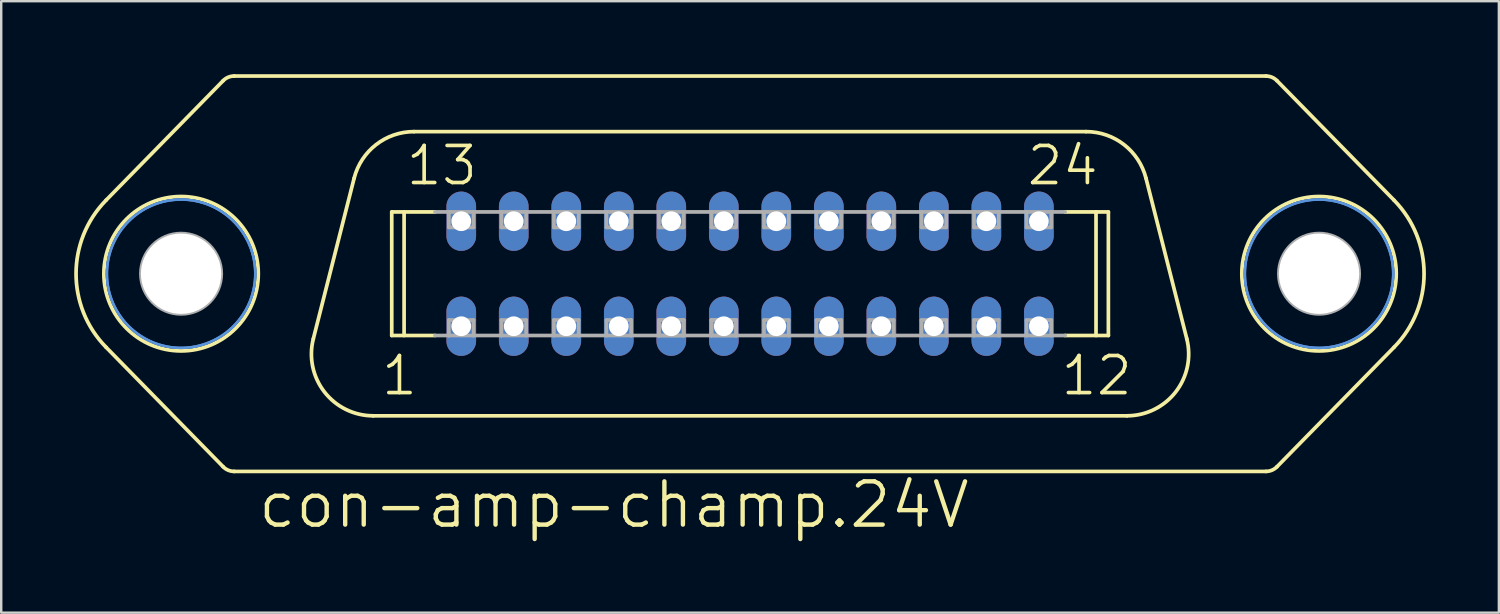
<source format=kicad_pcb>
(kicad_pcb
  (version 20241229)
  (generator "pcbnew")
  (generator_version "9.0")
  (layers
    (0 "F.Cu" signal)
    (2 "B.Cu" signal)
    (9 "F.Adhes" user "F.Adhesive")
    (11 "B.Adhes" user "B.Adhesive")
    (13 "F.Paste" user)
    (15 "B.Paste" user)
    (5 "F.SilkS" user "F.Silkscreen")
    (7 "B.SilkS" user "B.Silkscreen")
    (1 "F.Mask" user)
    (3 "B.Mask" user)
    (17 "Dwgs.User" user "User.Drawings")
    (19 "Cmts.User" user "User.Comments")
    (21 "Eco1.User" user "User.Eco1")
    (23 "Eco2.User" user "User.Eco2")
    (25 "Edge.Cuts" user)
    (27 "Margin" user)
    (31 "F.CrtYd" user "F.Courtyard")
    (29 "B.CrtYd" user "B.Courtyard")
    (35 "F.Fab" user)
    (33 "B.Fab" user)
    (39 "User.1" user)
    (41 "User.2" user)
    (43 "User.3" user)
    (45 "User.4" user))
  (footprint "con-amp-champ.24V"
    (layer "F.Cu")
    (at 27.788 8.204)
    (property "Reference" "con-amp-champ.24V" (at -20.32 10.541 0) (layer "F.SilkS") (effects (font (size 1.778 1.778) (thickness 0.18)) (justify left bottom)))
    (attr through_hole)
    (fp_line (start -21.663 -7.937) (end -26.478 -3.022) (stroke (width 0.152) (type default)) (layer "F.SilkS"))
    (fp_line (start -21.663 7.937) (end -26.478 3.022) (stroke (width 0.152) (type default)) (layer "F.SilkS"))
    (fp_line (start -21.209 -8.128) (end 21.209 -8.128) (stroke (width 0.152) (type default)) (layer "F.SilkS"))
    (fp_line (start -21.209 8.128) (end 21.209 8.128) (stroke (width 0.152) (type default)) (layer "F.SilkS"))
    (fp_line (start -16.278 -3.928) (end -17.956 2.676) (stroke (width 0.152) (type default)) (layer "F.SilkS"))
    (fp_line (start -15.494 5.842) (end 15.494 5.842) (stroke (width 0.152) (type default)) (layer "F.SilkS"))
    (fp_line (start -14.732 -2.54) (end -12.952 -2.54) (stroke (width 0.152) (type default)) (layer "F.SilkS"))
    (fp_line (start -14.732 2.54) (end -14.732 -2.54) (stroke (width 0.152) (type default)) (layer "F.SilkS"))
    (fp_line (start -14.732 2.54) (end -12.952 2.54) (stroke (width 0.152) (type default)) (layer "F.SilkS"))
    (fp_line (start -14.224 2.54) (end -14.224 -2.54) (stroke (width 0.152) (type default)) (layer "F.SilkS"))
    (fp_line (start -13.816 -5.842) (end 13.816 -5.842) (stroke (width 0.152) (type default)) (layer "F.SilkS"))
    (fp_line (start 12.952 -2.54) (end 14.732 -2.54) (stroke (width 0.152) (type default)) (layer "F.SilkS"))
    (fp_line (start 12.952 2.54) (end 14.732 2.54) (stroke (width 0.152) (type default)) (layer "F.SilkS"))
    (fp_line (start 14.224 2.54) (end 14.224 -2.54) (stroke (width 0.152) (type default)) (layer "F.SilkS"))
    (fp_line (start 14.732 2.54) (end 14.732 -2.54) (stroke (width 0.152) (type default)) (layer "F.SilkS"))
    (fp_line (start 16.278 -3.928) (end 17.956 2.676) (stroke (width 0.152) (type default)) (layer "F.SilkS"))
    (fp_line (start 21.663 -7.937) (end 26.478 -3.022) (stroke (width 0.152) (type default)) (layer "F.SilkS"))
    (fp_line (start 21.663 7.937) (end 26.478 3.022) (stroke (width 0.152) (type default)) (layer "F.SilkS"))
    (fp_arc (start -26.478 3.022) (mid -27.711365 0.0004) (end -26.478 -3.0212) (stroke (width 0.1524) (type default)) (layer "F.SilkS"))
    (fp_arc (start -21.663 -7.937) (mid -21.45541 -8.078018) (end -21.2094 -8.1276) (stroke (width 0.1524) (type default)) (layer "F.SilkS"))
    (fp_arc (start -21.2094 8.1276) (mid -21.45541 8.078018) (end -21.663 7.937) (stroke (width 0.1524) (type default)) (layer "F.SilkS"))
    (fp_arc (start -16.278 -3.928) (mid -15.375488 -5.307486) (end -13.8162 -5.8424) (stroke (width 0.1524) (type default)) (layer "F.SilkS"))
    (fp_arc (start -15.4942 5.8416) (mid -17.499286 4.860863) (end -17.956 2.676) (stroke (width 0.1524) (type default)) (layer "F.SilkS"))
    (fp_arc (start 13.816 -5.842) (mid 15.375288 -5.307086) (end 16.2778 -3.9276) (stroke (width 0.1524) (type default)) (layer "F.SilkS"))
    (fp_arc (start 17.956 2.676) (mid 17.499286 4.860863) (end 15.4942 5.8416) (stroke (width 0.1524) (type default)) (layer "F.SilkS"))
    (fp_arc (start 21.2094 -8.1276) (mid 21.45541 -8.078018) (end 21.663 -7.937) (stroke (width 0.1524) (type default)) (layer "F.SilkS"))
    (fp_arc (start 21.663 7.937) (mid 21.45541 8.078018) (end 21.2094 8.1276) (stroke (width 0.1524) (type default)) (layer "F.SilkS"))
    (fp_arc (start 26.478 -3.0212) (mid 27.711365 0.0004) (end 26.478 3.022) (stroke (width 0.1524) (type default)) (layer "F.SilkS"))
    (fp_circle (center -23.393 0) (end -20.218 0) (stroke (width 0.152) (type default)) (fill no) (layer "F.SilkS"))
    (fp_circle (center 23.393 0) (end 26.568 0) (stroke (width 0.152) (type default)) (fill no) (layer "F.SilkS"))
    (fp_circle (center -23.393 0) (end -20.345 0) (stroke (width 0.1) (type default)) (fill no) (layer "Cmts.User"))
    (fp_circle (center -23.393 0) (end -20.345 0) (stroke (width 0.1) (type default)) (fill no) (layer "Cmts.User"))
    (fp_circle (center 23.393 0) (end 26.441 0) (stroke (width 0.1) (type default)) (fill no) (layer "Cmts.User"))
    (fp_circle (center 23.393 0) (end 26.441 0) (stroke (width 0.1) (type default)) (fill no) (layer "Cmts.User"))
    (fp_line (start -12.952 -2.54) (end -12.383 -2.54) (stroke (width 0.152) (type default)) (layer "F.Fab"))
    (fp_line (start -12.952 2.54) (end -12.383 2.54) (stroke (width 0.152) (type default)) (layer "F.Fab"))
    (fp_line (start -12.383 -2.54) (end -11.367 -2.54) (stroke (width 0.152) (type default)) (layer "F.Fab"))
    (fp_line (start -12.383 -1.905) (end -12.383 -2.54) (stroke (width 0.152) (type default)) (layer "F.Fab"))
    (fp_line (start -12.383 1.905) (end -11.367 1.905) (stroke (width 0.152) (type default)) (layer "F.Fab"))
    (fp_line (start -12.383 2.54) (end -12.383 1.905) (stroke (width 0.152) (type default)) (layer "F.Fab"))
    (fp_line (start -11.367 -2.54) (end -11.367 -1.905) (stroke (width 0.152) (type default)) (layer "F.Fab"))
    (fp_line (start -11.367 -2.54) (end -10.223 -2.54) (stroke (width 0.152) (type default)) (layer "F.Fab"))
    (fp_line (start -11.367 -1.905) (end -12.383 -1.905) (stroke (width 0.152) (type default)) (layer "F.Fab"))
    (fp_line (start -11.367 1.905) (end -11.367 2.54) (stroke (width 0.152) (type default)) (layer "F.Fab"))
    (fp_line (start -11.367 2.54) (end -12.383 2.54) (stroke (width 0.152) (type default)) (layer "F.Fab"))
    (fp_line (start -11.367 2.54) (end -10.223 2.54) (stroke (width 0.152) (type default)) (layer "F.Fab"))
    (fp_line (start -10.223 -2.54) (end -9.207 -2.54) (stroke (width 0.152) (type default)) (layer "F.Fab"))
    (fp_line (start -10.223 -1.905) (end -10.223 -2.54) (stroke (width 0.152) (type default)) (layer "F.Fab"))
    (fp_line (start -10.223 1.905) (end -9.207 1.905) (stroke (width 0.152) (type default)) (layer "F.Fab"))
    (fp_line (start -10.223 2.54) (end -10.223 1.905) (stroke (width 0.152) (type default)) (layer "F.Fab"))
    (fp_line (start -9.207 -2.54) (end -9.207 -1.905) (stroke (width 0.152) (type default)) (layer "F.Fab"))
    (fp_line (start -9.207 -2.54) (end -8.065 -2.54) (stroke (width 0.152) (type default)) (layer "F.Fab"))
    (fp_line (start -9.207 -1.905) (end -10.223 -1.905) (stroke (width 0.152) (type default)) (layer "F.Fab"))
    (fp_line (start -9.207 1.905) (end -9.207 2.54) (stroke (width 0.152) (type default)) (layer "F.Fab"))
    (fp_line (start -9.207 2.54) (end -10.223 2.54) (stroke (width 0.152) (type default)) (layer "F.Fab"))
    (fp_line (start -9.207 2.54) (end -8.065 2.54) (stroke (width 0.152) (type default)) (layer "F.Fab"))
    (fp_line (start -8.065 -2.54) (end -7.048 -2.54) (stroke (width 0.152) (type default)) (layer "F.Fab"))
    (fp_line (start -8.065 -1.905) (end -8.065 -2.54) (stroke (width 0.152) (type default)) (layer "F.Fab"))
    (fp_line (start -8.065 1.905) (end -7.048 1.905) (stroke (width 0.152) (type default)) (layer "F.Fab"))
    (fp_line (start -8.065 2.54) (end -8.065 1.905) (stroke (width 0.152) (type default)) (layer "F.Fab"))
    (fp_line (start -7.048 -2.54) (end -7.048 -1.905) (stroke (width 0.152) (type default)) (layer "F.Fab"))
    (fp_line (start -7.048 -2.54) (end -5.905 -2.54) (stroke (width 0.152) (type default)) (layer "F.Fab"))
    (fp_line (start -7.048 -1.905) (end -8.065 -1.905) (stroke (width 0.152) (type default)) (layer "F.Fab"))
    (fp_line (start -7.048 1.905) (end -7.048 2.54) (stroke (width 0.152) (type default)) (layer "F.Fab"))
    (fp_line (start -7.048 2.54) (end -8.065 2.54) (stroke (width 0.152) (type default)) (layer "F.Fab"))
    (fp_line (start -7.048 2.54) (end -5.905 2.54) (stroke (width 0.152) (type default)) (layer "F.Fab"))
    (fp_line (start -5.905 -2.54) (end -4.889 -2.54) (stroke (width 0.152) (type default)) (layer "F.Fab"))
    (fp_line (start -5.905 -1.905) (end -5.905 -2.54) (stroke (width 0.152) (type default)) (layer "F.Fab"))
    (fp_line (start -5.905 1.905) (end -4.889 1.905) (stroke (width 0.152) (type default)) (layer "F.Fab"))
    (fp_line (start -5.905 2.54) (end -5.905 1.905) (stroke (width 0.152) (type default)) (layer "F.Fab"))
    (fp_line (start -4.889 -2.54) (end -4.889 -1.905) (stroke (width 0.152) (type default)) (layer "F.Fab"))
    (fp_line (start -4.889 -2.54) (end -3.747 -2.54) (stroke (width 0.152) (type default)) (layer "F.Fab"))
    (fp_line (start -4.889 -1.905) (end -5.905 -1.905) (stroke (width 0.152) (type default)) (layer "F.Fab"))
    (fp_line (start -4.889 1.905) (end -4.889 2.54) (stroke (width 0.152) (type default)) (layer "F.Fab"))
    (fp_line (start -4.889 2.54) (end -5.905 2.54) (stroke (width 0.152) (type default)) (layer "F.Fab"))
    (fp_line (start -4.889 2.54) (end -3.747 2.54) (stroke (width 0.152) (type default)) (layer "F.Fab"))
    (fp_line (start -3.747 -2.54) (end -2.731 -2.54) (stroke (width 0.152) (type default)) (layer "F.Fab"))
    (fp_line (start -3.747 -1.905) (end -3.747 -2.54) (stroke (width 0.152) (type default)) (layer "F.Fab"))
    (fp_line (start -3.747 1.905) (end -2.731 1.905) (stroke (width 0.152) (type default)) (layer "F.Fab"))
    (fp_line (start -3.747 1.905) (end -2.731 1.905) (stroke (width 0.152) (type default)) (layer "F.Fab"))
    (fp_line (start -3.747 2.54) (end -3.747 1.905) (stroke (width 0.152) (type default)) (layer "F.Fab"))
    (fp_line (start -3.747 2.54) (end -3.747 1.905) (stroke (width 0.152) (type default)) (layer "F.Fab"))
    (fp_line (start -2.731 -2.54) (end -2.731 -1.905) (stroke (width 0.152) (type default)) (layer "F.Fab"))
    (fp_line (start -2.731 -2.54) (end -1.587 -2.54) (stroke (width 0.152) (type default)) (layer "F.Fab"))
    (fp_line (start -2.731 -1.905) (end -3.747 -1.905) (stroke (width 0.152) (type default)) (layer "F.Fab"))
    (fp_line (start -2.731 1.905) (end -2.731 2.54) (stroke (width 0.152) (type default)) (layer "F.Fab"))
    (fp_line (start -2.731 1.905) (end -2.731 2.54) (stroke (width 0.152) (type default)) (layer "F.Fab"))
    (fp_line (start -2.731 2.54) (end -3.747 2.54) (stroke (width 0.152) (type default)) (layer "F.Fab"))
    (fp_line (start -2.731 2.54) (end -3.747 2.54) (stroke (width 0.152) (type default)) (layer "F.Fab"))
    (fp_line (start -2.731 2.54) (end -1.587 2.54) (stroke (width 0.152) (type default)) (layer "F.Fab"))
    (fp_line (start -1.587 -2.54) (end -0.572 -2.54) (stroke (width 0.152) (type default)) (layer "F.Fab"))
    (fp_line (start -1.587 -1.905) (end -1.587 -2.54) (stroke (width 0.152) (type default)) (layer "F.Fab"))
    (fp_line (start -1.587 1.905) (end -0.572 1.905) (stroke (width 0.152) (type default)) (layer "F.Fab"))
    (fp_line (start -1.587 1.905) (end -0.572 1.905) (stroke (width 0.152) (type default)) (layer "F.Fab"))
    (fp_line (start -1.587 2.54) (end -1.587 1.905) (stroke (width 0.152) (type default)) (layer "F.Fab"))
    (fp_line (start -1.587 2.54) (end -1.587 1.905) (stroke (width 0.152) (type default)) (layer "F.Fab"))
    (fp_line (start -0.572 -2.54) (end -0.572 -1.905) (stroke (width 0.152) (type default)) (layer "F.Fab"))
    (fp_line (start -0.572 -2.54) (end 0.572 -2.54) (stroke (width 0.152) (type default)) (layer "F.Fab"))
    (fp_line (start -0.572 -1.905) (end -1.587 -1.905) (stroke (width 0.152) (type default)) (layer "F.Fab"))
    (fp_line (start -0.572 1.905) (end -0.572 2.54) (stroke (width 0.152) (type default)) (layer "F.Fab"))
    (fp_line (start -0.572 1.905) (end -0.572 2.54) (stroke (width 0.152) (type default)) (layer "F.Fab"))
    (fp_line (start -0.572 2.54) (end -1.587 2.54) (stroke (width 0.152) (type default)) (layer "F.Fab"))
    (fp_line (start -0.572 2.54) (end -1.587 2.54) (stroke (width 0.152) (type default)) (layer "F.Fab"))
    (fp_line (start -0.572 2.54) (end 0.572 2.54) (stroke (width 0.152) (type default)) (layer "F.Fab"))
    (fp_line (start 0.572 -2.54) (end 1.587 -2.54) (stroke (width 0.152) (type default)) (layer "F.Fab"))
    (fp_line (start 0.572 -1.905) (end 0.572 -2.54) (stroke (width 0.152) (type default)) (layer "F.Fab"))
    (fp_line (start 0.572 1.905) (end 1.587 1.905) (stroke (width 0.152) (type default)) (layer "F.Fab"))
    (fp_line (start 0.572 2.54) (end 0.572 1.905) (stroke (width 0.152) (type default)) (layer "F.Fab"))
    (fp_line (start 1.587 -2.54) (end 1.587 -1.905) (stroke (width 0.152) (type default)) (layer "F.Fab"))
    (fp_line (start 1.587 -2.54) (end 2.731 -2.54) (stroke (width 0.152) (type default)) (layer "F.Fab"))
    (fp_line (start 1.587 -1.905) (end 0.572 -1.905) (stroke (width 0.152) (type default)) (layer "F.Fab"))
    (fp_line (start 1.587 1.905) (end 1.587 2.54) (stroke (width 0.152) (type default)) (layer "F.Fab"))
    (fp_line (start 1.587 2.54) (end 0.572 2.54) (stroke (width 0.152) (type default)) (layer "F.Fab"))
    (fp_line (start 1.587 2.54) (end 2.731 2.54) (stroke (width 0.152) (type default)) (layer "F.Fab"))
    (fp_line (start 2.731 -2.54) (end 3.747 -2.54) (stroke (width 0.152) (type default)) (layer "F.Fab"))
    (fp_line (start 2.731 -1.905) (end 2.731 -2.54) (stroke (width 0.152) (type default)) (layer "F.Fab"))
    (fp_line (start 2.731 1.905) (end 3.747 1.905) (stroke (width 0.152) (type default)) (layer "F.Fab"))
    (fp_line (start 2.731 2.54) (end 2.731 1.905) (stroke (width 0.152) (type default)) (layer "F.Fab"))
    (fp_line (start 3.747 -2.54) (end 3.747 -1.905) (stroke (width 0.152) (type default)) (layer "F.Fab"))
    (fp_line (start 3.747 -2.54) (end 4.889 -2.54) (stroke (width 0.152) (type default)) (layer "F.Fab"))
    (fp_line (start 3.747 -1.905) (end 2.731 -1.905) (stroke (width 0.152) (type default)) (layer "F.Fab"))
    (fp_line (start 3.747 1.905) (end 3.747 2.54) (stroke (width 0.152) (type default)) (layer "F.Fab"))
    (fp_line (start 3.747 2.54) (end 2.731 2.54) (stroke (width 0.152) (type default)) (layer "F.Fab"))
    (fp_line (start 3.747 2.54) (end 4.889 2.54) (stroke (width 0.152) (type default)) (layer "F.Fab"))
    (fp_line (start 4.889 -2.54) (end 5.905 -2.54) (stroke (width 0.152) (type default)) (layer "F.Fab"))
    (fp_line (start 4.889 -1.905) (end 4.889 -2.54) (stroke (width 0.152) (type default)) (layer "F.Fab"))
    (fp_line (start 4.889 1.905) (end 5.905 1.905) (stroke (width 0.152) (type default)) (layer "F.Fab"))
    (fp_line (start 4.889 2.54) (end 4.889 1.905) (stroke (width 0.152) (type default)) (layer "F.Fab"))
    (fp_line (start 5.905 -2.54) (end 5.905 -1.905) (stroke (width 0.152) (type default)) (layer "F.Fab"))
    (fp_line (start 5.905 -2.54) (end 7.048 -2.54) (stroke (width 0.152) (type default)) (layer "F.Fab"))
    (fp_line (start 5.905 -1.905) (end 4.889 -1.905) (stroke (width 0.152) (type default)) (layer "F.Fab"))
    (fp_line (start 5.905 1.905) (end 5.905 2.54) (stroke (width 0.152) (type default)) (layer "F.Fab"))
    (fp_line (start 5.905 2.54) (end 4.889 2.54) (stroke (width 0.152) (type default)) (layer "F.Fab"))
    (fp_line (start 5.905 2.54) (end 7.048 2.54) (stroke (width 0.152) (type default)) (layer "F.Fab"))
    (fp_line (start 7.048 -2.54) (end 8.065 -2.54) (stroke (width 0.152) (type default)) (layer "F.Fab"))
    (fp_line (start 7.048 -1.905) (end 7.048 -2.54) (stroke (width 0.152) (type default)) (layer "F.Fab"))
    (fp_line (start 7.048 1.905) (end 8.065 1.905) (stroke (width 0.152) (type default)) (layer "F.Fab"))
    (fp_line (start 7.048 2.54) (end 7.048 1.905) (stroke (width 0.152) (type default)) (layer "F.Fab"))
    (fp_line (start 8.065 -2.54) (end 8.065 -1.905) (stroke (width 0.152) (type default)) (layer "F.Fab"))
    (fp_line (start 8.065 -2.54) (end 9.207 -2.54) (stroke (width 0.152) (type default)) (layer "F.Fab"))
    (fp_line (start 8.065 -1.905) (end 7.048 -1.905) (stroke (width 0.152) (type default)) (layer "F.Fab"))
    (fp_line (start 8.065 1.905) (end 8.065 2.54) (stroke (width 0.152) (type default)) (layer "F.Fab"))
    (fp_line (start 8.065 2.54) (end 7.048 2.54) (stroke (width 0.152) (type default)) (layer "F.Fab"))
    (fp_line (start 8.065 2.54) (end 9.207 2.54) (stroke (width 0.152) (type default)) (layer "F.Fab"))
    (fp_line (start 9.207 -2.54) (end 10.223 -2.54) (stroke (width 0.152) (type default)) (layer "F.Fab"))
    (fp_line (start 9.207 -1.905) (end 9.207 -2.54) (stroke (width 0.152) (type default)) (layer "F.Fab"))
    (fp_line (start 9.207 1.905) (end 10.223 1.905) (stroke (width 0.152) (type default)) (layer "F.Fab"))
    (fp_line (start 9.207 2.54) (end 9.207 1.905) (stroke (width 0.152) (type default)) (layer "F.Fab"))
    (fp_line (start 10.223 -2.54) (end 10.223 -1.905) (stroke (width 0.152) (type default)) (layer "F.Fab"))
    (fp_line (start 10.223 -2.54) (end 11.367 -2.54) (stroke (width 0.152) (type default)) (layer "F.Fab"))
    (fp_line (start 10.223 -1.905) (end 9.207 -1.905) (stroke (width 0.152) (type default)) (layer "F.Fab"))
    (fp_line (start 10.223 1.905) (end 10.223 2.54) (stroke (width 0.152) (type default)) (layer "F.Fab"))
    (fp_line (start 10.223 2.54) (end 9.207 2.54) (stroke (width 0.152) (type default)) (layer "F.Fab"))
    (fp_line (start 10.223 2.54) (end 11.367 2.54) (stroke (width 0.152) (type default)) (layer "F.Fab"))
    (fp_line (start 11.367 -2.54) (end 12.383 -2.54) (stroke (width 0.152) (type default)) (layer "F.Fab"))
    (fp_line (start 11.367 -1.905) (end 11.367 -2.54) (stroke (width 0.152) (type default)) (layer "F.Fab"))
    (fp_line (start 11.367 1.905) (end 12.383 1.905) (stroke (width 0.152) (type default)) (layer "F.Fab"))
    (fp_line (start 11.367 2.54) (end 11.367 1.905) (stroke (width 0.152) (type default)) (layer "F.Fab"))
    (fp_line (start 12.383 -2.54) (end 12.383 -1.905) (stroke (width 0.152) (type default)) (layer "F.Fab"))
    (fp_line (start 12.383 -2.54) (end 12.952 -2.54) (stroke (width 0.152) (type default)) (layer "F.Fab"))
    (fp_line (start 12.383 -1.905) (end 11.367 -1.905) (stroke (width 0.152) (type default)) (layer "F.Fab"))
    (fp_line (start 12.383 1.905) (end 12.383 2.54) (stroke (width 0.152) (type default)) (layer "F.Fab"))
    (fp_line (start 12.383 2.54) (end 11.367 2.54) (stroke (width 0.152) (type default)) (layer "F.Fab"))
    (fp_line (start 12.383 2.54) (end 12.952 2.54) (stroke (width 0.152) (type default)) (layer "F.Fab"))
    (fp_rect (start -12.383 -1.905) (end -11.367 -2.54) (stroke (width 0.05) (type default)) (fill no) (layer "F.Fab"))
    (fp_rect (start -12.383 2.54) (end -11.367 1.905) (stroke (width 0.05) (type default)) (fill no) (layer "F.Fab"))
    (fp_rect (start -10.223 -1.905) (end -9.207 -2.54) (stroke (width 0.05) (type default)) (fill no) (layer "F.Fab"))
    (fp_rect (start -10.223 2.54) (end -9.207 1.905) (stroke (width 0.05) (type default)) (fill no) (layer "F.Fab"))
    (fp_rect (start -8.065 -1.905) (end -7.048 -2.54) (stroke (width 0.05) (type default)) (fill no) (layer "F.Fab"))
    (fp_rect (start -8.065 2.54) (end -7.048 1.905) (stroke (width 0.05) (type default)) (fill no) (layer "F.Fab"))
    (fp_rect (start -5.905 -1.905) (end -4.889 -2.54) (stroke (width 0.05) (type default)) (fill no) (layer "F.Fab"))
    (fp_rect (start -5.905 2.54) (end -4.889 1.905) (stroke (width 0.05) (type default)) (fill no) (layer "F.Fab"))
    (fp_rect (start -3.747 -1.905) (end -2.731 -2.54) (stroke (width 0.05) (type default)) (fill no) (layer "F.Fab"))
    (fp_rect (start -3.747 2.54) (end -2.731 1.905) (stroke (width 0.05) (type default)) (fill no) (layer "F.Fab"))
    (fp_rect (start -1.587 -1.905) (end -0.572 -2.54) (stroke (width 0.05) (type default)) (fill no) (layer "F.Fab"))
    (fp_rect (start -1.587 2.54) (end -0.572 1.905) (stroke (width 0.05) (type default)) (fill no) (layer "F.Fab"))
    (fp_rect (start 0.572 -1.905) (end 1.587 -2.54) (stroke (width 0.05) (type default)) (fill no) (layer "F.Fab"))
    (fp_rect (start 0.572 2.54) (end 1.587 1.905) (stroke (width 0.05) (type default)) (fill no) (layer "F.Fab"))
    (fp_rect (start 2.731 -1.905) (end 3.747 -2.54) (stroke (width 0.05) (type default)) (fill no) (layer "F.Fab"))
    (fp_rect (start 2.731 2.54) (end 3.747 1.905) (stroke (width 0.05) (type default)) (fill no) (layer "F.Fab"))
    (fp_rect (start 4.889 -1.905) (end 5.905 -2.54) (stroke (width 0.05) (type default)) (fill no) (layer "F.Fab"))
    (fp_rect (start 4.889 2.54) (end 5.905 1.905) (stroke (width 0.05) (type default)) (fill no) (layer "F.Fab"))
    (fp_rect (start 7.048 -1.905) (end 8.065 -2.54) (stroke (width 0.05) (type default)) (fill no) (layer "F.Fab"))
    (fp_rect (start 7.048 2.54) (end 8.065 1.905) (stroke (width 0.05) (type default)) (fill no) (layer "F.Fab"))
    (fp_rect (start 9.207 -1.905) (end 10.223 -2.54) (stroke (width 0.05) (type default)) (fill no) (layer "F.Fab"))
    (fp_rect (start 9.207 2.54) (end 10.223 1.905) (stroke (width 0.05) (type default)) (fill no) (layer "F.Fab"))
    (fp_rect (start 11.367 -1.905) (end 12.383 -2.54) (stroke (width 0.05) (type default)) (fill no) (layer "F.Fab"))
    (fp_rect (start 11.367 2.54) (end 12.383 1.905) (stroke (width 0.05) (type default)) (fill no) (layer "F.Fab"))
    (fp_circle (center -23.393 0) (end -21.742 0) (stroke (width 0.152) (type default)) (fill no) (layer "F.Fab"))
    (fp_circle (center 23.393 0) (end 25.044 0) (stroke (width 0.152) (type default)) (fill no) (layer "F.Fab"))
    (fp_text user "1" (at -15.24 5.08 0) (layer "F.SilkS") (effects (font (size 1.524 1.524) (thickness 0.15)) (justify left bottom)))
    (fp_text user "13" (at -14.224 -3.556 0) (layer "F.SilkS") (effects (font (size 1.524 1.524) (thickness 0.15)) (justify left bottom)))
    (fp_text user "24" (at 11.303 -3.556 0) (layer "F.SilkS") (effects (font (size 1.524 1.524) (thickness 0.15)) (justify left bottom)))
    (fp_text user "12" (at 12.7 5.08 0) (layer "F.SilkS") (effects (font (size 1.524 1.524) (thickness 0.15)) (justify left bottom)))
    (pad "" np_thru_hole circle (at -23.393 0) (size 3.302 3.302) (drill 3.302) (layers "*.Cu" "*.Mask"))
    (pad "" np_thru_hole circle (at 23.393 0) (size 3.302 3.302) (drill 3.302) (layers "*.Cu" "*.Mask"))
    (pad "1" thru_hole oval (at -11.874 2.159 90) (size 2.438 1.219) (drill 0.813) (layers "*.Cu" "*.Mask"))
    (pad "2" thru_hole oval (at -9.716 2.159 90) (size 2.438 1.219) (drill 0.813) (layers "*.Cu" "*.Mask"))
    (pad "3" thru_hole oval (at -7.556 2.159 90) (size 2.438 1.219) (drill 0.813) (layers "*.Cu" "*.Mask"))
    (pad "4" thru_hole oval (at -5.397 2.159 90) (size 2.438 1.219) (drill 0.813) (layers "*.Cu" "*.Mask"))
    (pad "5" thru_hole oval (at -3.239 2.159 90) (size 2.438 1.219) (drill 0.813) (layers "*.Cu" "*.Mask"))
    (pad "6" thru_hole oval (at -1.079 2.159 90) (size 2.438 1.219) (drill 0.813) (layers "*.Cu" "*.Mask"))
    (pad "7" thru_hole oval (at 1.079 2.159 90) (size 2.438 1.219) (drill 0.813) (layers "*.Cu" "*.Mask"))
    (pad "8" thru_hole oval (at 3.239 2.159 90) (size 2.438 1.219) (drill 0.813) (layers "*.Cu" "*.Mask"))
    (pad "9" thru_hole oval (at 5.397 2.159 90) (size 2.438 1.219) (drill 0.813) (layers "*.Cu" "*.Mask"))
    (pad "10" thru_hole oval (at 7.556 2.159 90) (size 2.438 1.219) (drill 0.813) (layers "*.Cu" "*.Mask"))
    (pad "11" thru_hole oval (at 9.716 2.159 90) (size 2.438 1.219) (drill 0.813) (layers "*.Cu" "*.Mask"))
    (pad "12" thru_hole oval (at 11.874 2.159 90) (size 2.438 1.219) (drill 0.813) (layers "*.Cu" "*.Mask"))
    (pad "13" thru_hole oval (at -11.874 -2.159 90) (size 2.438 1.219) (drill 0.813) (layers "*.Cu" "*.Mask"))
    (pad "14" thru_hole oval (at -9.716 -2.159 90) (size 2.438 1.219) (drill 0.813) (layers "*.Cu" "*.Mask"))
    (pad "15" thru_hole oval (at -7.556 -2.159 90) (size 2.438 1.219) (drill 0.813) (layers "*.Cu" "*.Mask"))
    (pad "16" thru_hole oval (at -5.397 -2.159 90) (size 2.438 1.219) (drill 0.813) (layers "*.Cu" "*.Mask"))
    (pad "17" thru_hole oval (at -3.239 -2.159 90) (size 2.438 1.219) (drill 0.813) (layers "*.Cu" "*.Mask"))
    (pad "18" thru_hole oval (at -1.079 -2.159 90) (size 2.438 1.219) (drill 0.813) (layers "*.Cu" "*.Mask"))
    (pad "19" thru_hole oval (at 1.079 -2.159 90) (size 2.438 1.219) (drill 0.813) (layers "*.Cu" "*.Mask"))
    (pad "20" thru_hole oval (at 3.239 -2.159 90) (size 2.438 1.219) (drill 0.813) (layers "*.Cu" "*.Mask"))
    (pad "21" thru_hole oval (at 5.397 -2.159 90) (size 2.438 1.219) (drill 0.813) (layers "*.Cu" "*.Mask"))
    (pad "22" thru_hole oval (at 7.556 -2.159 90) (size 2.438 1.219) (drill 0.813) (layers "*.Cu" "*.Mask"))
    (pad "23" thru_hole oval (at 9.716 -2.159 90) (size 2.438 1.219) (drill 0.813) (layers "*.Cu" "*.Mask"))
    (pad "24" thru_hole oval (at 11.874 -2.159 90) (size 2.438 1.219) (drill 0.813) (layers "*.Cu" "*.Mask")))
  (gr_rect
    (start -3 -3)
    (end 58.575 22.139)
    (stroke (width 0.1) (type default))
    (fill no)
    (layer "Edge.Cuts")))
</source>
